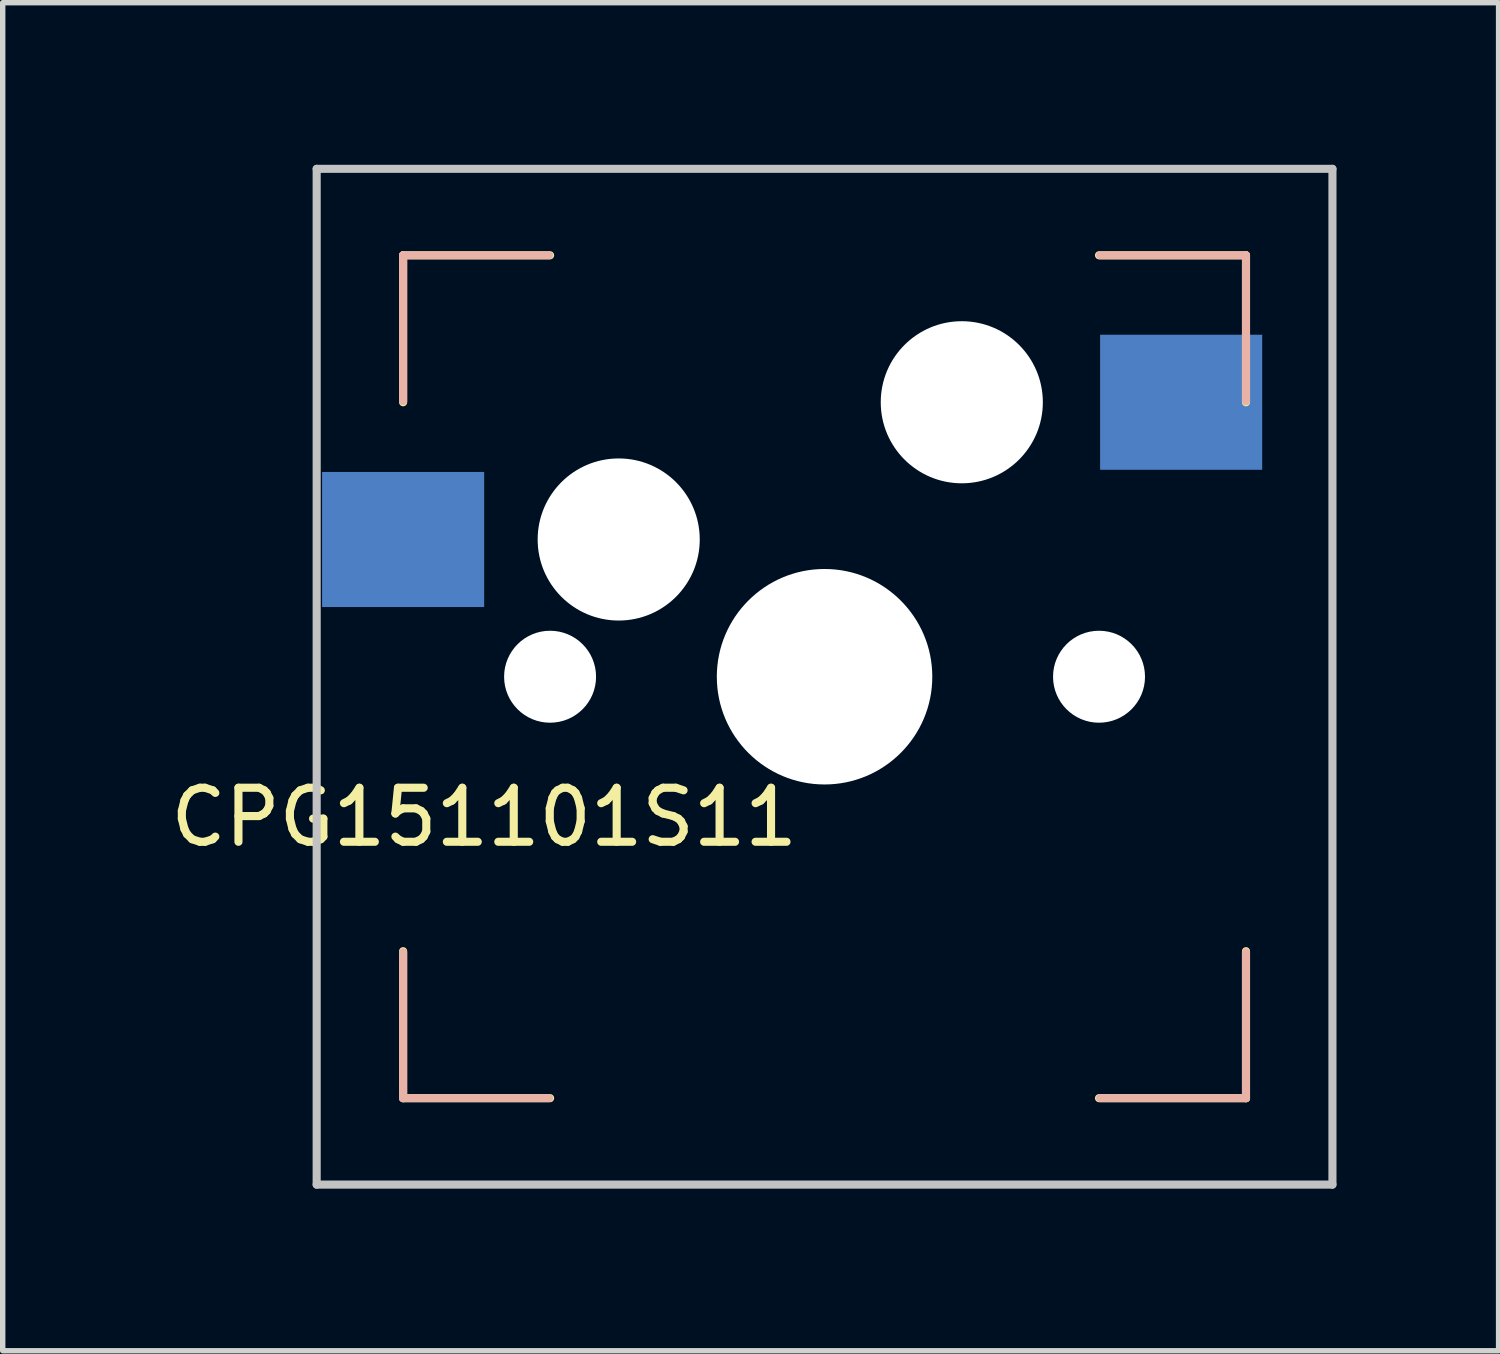
<source format=kicad_pcb>
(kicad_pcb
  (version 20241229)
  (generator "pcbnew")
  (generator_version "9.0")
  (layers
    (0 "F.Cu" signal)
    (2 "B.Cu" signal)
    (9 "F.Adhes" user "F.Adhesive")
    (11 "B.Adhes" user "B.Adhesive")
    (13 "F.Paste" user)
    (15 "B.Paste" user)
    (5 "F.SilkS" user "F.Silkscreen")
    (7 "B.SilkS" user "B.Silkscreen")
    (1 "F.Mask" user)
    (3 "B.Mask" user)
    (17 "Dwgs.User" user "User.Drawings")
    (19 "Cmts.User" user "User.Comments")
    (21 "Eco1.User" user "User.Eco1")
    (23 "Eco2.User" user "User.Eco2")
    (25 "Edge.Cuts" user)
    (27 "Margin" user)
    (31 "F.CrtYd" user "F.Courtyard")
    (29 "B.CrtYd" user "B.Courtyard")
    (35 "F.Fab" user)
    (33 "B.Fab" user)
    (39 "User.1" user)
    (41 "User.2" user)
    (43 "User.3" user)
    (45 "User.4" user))
  (footprint "CPG151101S11"
    (layer "F.Cu")
    (at 12.211 9.475)
    (property "Reference" "CPG151101S11" (at -6.3 2.6 0) (layer "F.SilkS") (effects (font (size 1 1) (thickness 0.15))))
    (attr through_hole)
    (fp_line (start -7.8 -7.8) (end -5.08 -7.8) (stroke (width 0.15) (type solid)) (layer "F.SilkS"))
    (fp_line (start -7.8 -5.08) (end -7.8 -7.8) (stroke (width 0.15) (type solid)) (layer "F.SilkS"))
    (fp_line (start -7.8 5.08) (end -7.8 7.8) (stroke (width 0.15) (type solid)) (layer "F.SilkS"))
    (fp_line (start -7.8 7.8) (end -5.08 7.8) (stroke (width 0.15) (type solid)) (layer "F.SilkS"))
    (fp_line (start 5.08 7.8) (end 7.8 7.8) (stroke (width 0.15) (type solid)) (layer "F.SilkS"))
    (fp_line (start 7.8 -7.8) (end 5.08 -7.8) (stroke (width 0.15) (type solid)) (layer "F.SilkS"))
    (fp_line (start 7.8 -5.08) (end 7.8 -7.8) (stroke (width 0.15) (type solid)) (layer "F.SilkS"))
    (fp_line (start 7.8 7.8) (end 7.8 5.08) (stroke (width 0.15) (type solid)) (layer "F.SilkS"))
    (fp_line (start -7.8 -7.8) (end -5.1 -7.8) (stroke (width 0.15) (type solid)) (layer "B.SilkS"))
    (fp_line (start -7.8 -5.1) (end -7.8 -7.8) (stroke (width 0.15) (type solid)) (layer "B.SilkS"))
    (fp_line (start -7.8 7.8) (end -7.8 5.1) (stroke (width 0.15) (type solid)) (layer "B.SilkS"))
    (fp_line (start -5.1 7.8) (end -7.8 7.8) (stroke (width 0.15) (type solid)) (layer "B.SilkS"))
    (fp_line (start 5.1 -7.8) (end 7.8 -7.8) (stroke (width 0.15) (type solid)) (layer "B.SilkS"))
    (fp_line (start 7.8 -7.8) (end 7.8 -5.1) (stroke (width 0.15) (type solid)) (layer "B.SilkS"))
    (fp_line (start 7.8 5.1) (end 7.8 7.8) (stroke (width 0.15) (type solid)) (layer "B.SilkS"))
    (fp_line (start 7.8 7.8) (end 5.1 7.8) (stroke (width 0.15) (type solid)) (layer "B.SilkS"))
    (fp_line (start -9.4 -9.4) (end 9.4 -9.4) (stroke (width 0.15) (type solid)) (layer "Dwgs.User"))
    (fp_line (start -9.4 9.4) (end -9.4 -9.4) (stroke (width 0.15) (type solid)) (layer "Dwgs.User"))
    (fp_line (start 9.4 -9.4) (end 9.4 9.4) (stroke (width 0.15) (type solid)) (layer "Dwgs.User"))
    (fp_line (start 9.4 9.4) (end -9.4 9.4) (stroke (width 0.15) (type solid)) (layer "Dwgs.User"))
    (pad "" np_thru_hole circle (at -5.08 0) (size 1.702 1.702) (drill 1.702) (layers "*.Cu" "*.Mask"))
    (pad "" np_thru_hole circle (at -3.81 -2.54) (size 3 3) (drill 3) (layers "*.Cu" "*.Mask"))
    (pad "" np_thru_hole circle (at 0 0) (size 3.988 3.988) (drill 3.988) (layers "*.Cu" "*.Mask"))
    (pad "" np_thru_hole circle (at 2.54 -5.08) (size 3 3) (drill 3) (layers "*.Cu" "*.Mask"))
    (pad "" np_thru_hole circle (at 5.08 0) (size 1.702 1.702) (drill 1.702) (layers "*.Cu" "*.Mask"))
    (pad "1" smd rect (at 6.6 -5.08) (size 3 2.5) (layers "B.Cu" "B.Mask" "B.Paste"))
    (pad "2" smd rect (at -7.8 -2.54) (size 3 2.5) (layers "B.Cu" "B.Mask" "B.Paste")))
  (gr_rect
    (start -3 -3)
    (end 24.686 21.95)
    (stroke (width 0.1) (type default))
    (fill no)
    (layer "Edge.Cuts")))
</source>
